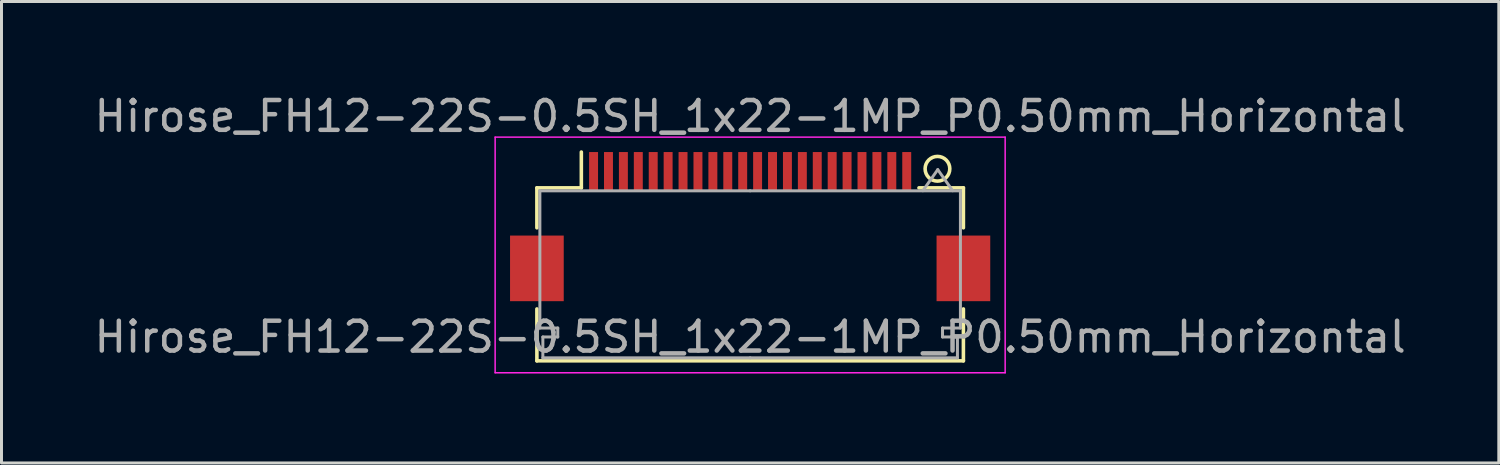
<source format=kicad_pcb>
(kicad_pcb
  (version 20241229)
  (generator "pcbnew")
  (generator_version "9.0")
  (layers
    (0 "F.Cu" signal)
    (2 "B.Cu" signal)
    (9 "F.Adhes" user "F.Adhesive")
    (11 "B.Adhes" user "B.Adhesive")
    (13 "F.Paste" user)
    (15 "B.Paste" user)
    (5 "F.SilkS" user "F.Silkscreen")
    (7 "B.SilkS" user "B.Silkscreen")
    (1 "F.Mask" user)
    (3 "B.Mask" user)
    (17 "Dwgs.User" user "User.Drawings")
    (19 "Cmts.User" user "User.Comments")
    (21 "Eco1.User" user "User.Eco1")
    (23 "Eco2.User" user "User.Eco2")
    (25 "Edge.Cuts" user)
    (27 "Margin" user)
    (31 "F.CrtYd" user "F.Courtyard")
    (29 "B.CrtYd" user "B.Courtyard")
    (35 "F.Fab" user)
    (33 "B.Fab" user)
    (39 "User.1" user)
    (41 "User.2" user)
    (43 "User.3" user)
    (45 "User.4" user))
  (footprint "Hirose_FH12-22S-0.5SH_1x22-1MP_P0.50mm_Horizontal"
    (layer "F.Cu")
    (at 22.101 4.548)
    (property "Reference" "Hirose_FH12-22S-0.5SH_1x22-1MP_P0.50mm_Horizontal" (at 0 -3.7 180) (layer "F.Fab") (effects (font (size 1 1) (thickness 0.15))))
    (attr smd)
    (fp_line (start -7.15 -1.3) (end -7.15 0.04) (stroke (width 0.12) (type solid)) (layer "F.SilkS"))
    (fp_line (start -7.15 2.76) (end -7.15 4.5) (stroke (width 0.12) (type solid)) (layer "F.SilkS"))
    (fp_line (start -7.15 4.5) (end 7.15 4.5) (stroke (width 0.12) (type solid)) (layer "F.SilkS"))
    (fp_line (start -5.66 -1.3) (end -7.15 -1.3) (stroke (width 0.12) (type solid)) (layer "F.SilkS"))
    (fp_line (start -5.66 -1.3) (end -5.66 -2.5) (stroke (width 0.12) (type solid)) (layer "F.SilkS"))
    (fp_line (start 5.66 -1.3) (end 7.15 -1.3) (stroke (width 0.12) (type solid)) (layer "F.SilkS"))
    (fp_line (start 7.15 -1.3) (end 7.15 0.04) (stroke (width 0.12) (type solid)) (layer "F.SilkS"))
    (fp_line (start 7.15 4.5) (end 7.15 2.76) (stroke (width 0.12) (type solid)) (layer "F.SilkS"))
    (fp_circle (center 6.28 -1.94) (end 6.61 -1.69) (stroke (width 0.12) (type solid)) (fill no) (layer "F.SilkS"))
    (fp_line (start -8.55 -3) (end -8.55 4.9) (stroke (width 0.05) (type solid)) (layer "F.CrtYd"))
    (fp_line (start -8.55 4.9) (end 8.55 4.9) (stroke (width 0.05) (type solid)) (layer "F.CrtYd"))
    (fp_line (start 8.55 -3) (end -8.55 -3) (stroke (width 0.05) (type solid)) (layer "F.CrtYd"))
    (fp_line (start 8.55 4.9) (end 8.55 -3) (stroke (width 0.05) (type solid)) (layer "F.CrtYd"))
    (fp_line (start -7.05 -1.2) (end -7.05 3.4) (stroke (width 0.1) (type solid)) (layer "F.Fab"))
    (fp_line (start -7.05 3.4) (end -6.45 3.4) (stroke (width 0.1) (type solid)) (layer "F.Fab"))
    (fp_line (start -6.95 3.7) (end -6.95 4.4) (stroke (width 0.1) (type solid)) (layer "F.Fab"))
    (fp_line (start -6.95 4.4) (end 0 4.4) (stroke (width 0.1) (type solid)) (layer "F.Fab"))
    (fp_line (start -6.45 3.4) (end -6.45 3.7) (stroke (width 0.1) (type solid)) (layer "F.Fab"))
    (fp_line (start -6.45 3.7) (end -6.95 3.7) (stroke (width 0.1) (type solid)) (layer "F.Fab"))
    (fp_line (start 0 -1.2) (end -7.05 -1.2) (stroke (width 0.1) (type solid)) (layer "F.Fab"))
    (fp_line (start 0 -1.2) (end 7.05 -1.2) (stroke (width 0.1) (type solid)) (layer "F.Fab"))
    (fp_line (start 6.29 -1.91) (end 5.79 -1.203) (stroke (width 0.1) (type solid)) (layer "F.Fab"))
    (fp_line (start 6.45 3.4) (end 6.45 3.7) (stroke (width 0.1) (type solid)) (layer "F.Fab"))
    (fp_line (start 6.45 3.7) (end 6.95 3.7) (stroke (width 0.1) (type solid)) (layer "F.Fab"))
    (fp_line (start 6.79 -1.203) (end 6.29 -1.91) (stroke (width 0.1) (type solid)) (layer "F.Fab"))
    (fp_line (start 6.95 3.7) (end 6.95 4.4) (stroke (width 0.1) (type solid)) (layer "F.Fab"))
    (fp_line (start 6.95 4.4) (end 0 4.4) (stroke (width 0.1) (type solid)) (layer "F.Fab"))
    (fp_line (start 7.05 -1.2) (end 7.05 3.4) (stroke (width 0.1) (type solid)) (layer "F.Fab"))
    (fp_line (start 7.05 3.4) (end 6.45 3.4) (stroke (width 0.1) (type solid)) (layer "F.Fab"))
    (fp_text user "${REFERENCE}" (at 0 3.7 180) (layer "F.Fab") (effects (font (size 1 1) (thickness 0.15))))
    (pad "1" smd rect (at 5.25 -1.85) (size 0.3 1.3) (layers "F.Cu" "F.Mask" "F.Paste"))
    (pad "2" smd rect (at 4.75 -1.85) (size 0.3 1.3) (layers "F.Cu" "F.Mask" "F.Paste"))
    (pad "3" smd rect (at 4.25 -1.85) (size 0.3 1.3) (layers "F.Cu" "F.Mask" "F.Paste"))
    (pad "4" smd rect (at 3.75 -1.85) (size 0.3 1.3) (layers "F.Cu" "F.Mask" "F.Paste"))
    (pad "5" smd rect (at 3.25 -1.85) (size 0.3 1.3) (layers "F.Cu" "F.Mask" "F.Paste"))
    (pad "6" smd rect (at 2.75 -1.85) (size 0.3 1.3) (layers "F.Cu" "F.Mask" "F.Paste"))
    (pad "7" smd rect (at 2.25 -1.85) (size 0.3 1.3) (layers "F.Cu" "F.Mask" "F.Paste"))
    (pad "8" smd rect (at 1.75 -1.85) (size 0.3 1.3) (layers "F.Cu" "F.Mask" "F.Paste"))
    (pad "9" smd rect (at 1.25 -1.85) (size 0.3 1.3) (layers "F.Cu" "F.Mask" "F.Paste"))
    (pad "10" smd rect (at 0.75 -1.85) (size 0.3 1.3) (layers "F.Cu" "F.Mask" "F.Paste"))
    (pad "11" smd rect (at 0.25 -1.85) (size 0.3 1.3) (layers "F.Cu" "F.Mask" "F.Paste"))
    (pad "12" smd rect (at -0.25 -1.85) (size 0.3 1.3) (layers "F.Cu" "F.Mask" "F.Paste"))
    (pad "13" smd rect (at -0.75 -1.85) (size 0.3 1.3) (layers "F.Cu" "F.Mask" "F.Paste"))
    (pad "14" smd rect (at -1.25 -1.85) (size 0.3 1.3) (layers "F.Cu" "F.Mask" "F.Paste"))
    (pad "15" smd rect (at -1.75 -1.85) (size 0.3 1.3) (layers "F.Cu" "F.Mask" "F.Paste"))
    (pad "16" smd rect (at -2.25 -1.85) (size 0.3 1.3) (layers "F.Cu" "F.Mask" "F.Paste"))
    (pad "17" smd rect (at -2.75 -1.85) (size 0.3 1.3) (layers "F.Cu" "F.Mask" "F.Paste"))
    (pad "18" smd rect (at -3.25 -1.85) (size 0.3 1.3) (layers "F.Cu" "F.Mask" "F.Paste"))
    (pad "19" smd rect (at -3.75 -1.85) (size 0.3 1.3) (layers "F.Cu" "F.Mask" "F.Paste"))
    (pad "20" smd rect (at -4.25 -1.85) (size 0.3 1.3) (layers "F.Cu" "F.Mask" "F.Paste"))
    (pad "21" smd rect (at -4.75 -1.85) (size 0.3 1.3) (layers "F.Cu" "F.Mask" "F.Paste"))
    (pad "22" smd rect (at -5.25 -1.85) (size 0.3 1.3) (layers "F.Cu" "F.Mask" "F.Paste"))
    (pad "MP" smd rect (at -7.15 1.4) (size 1.8 2.2) (layers "F.Cu" "F.Mask" "F.Paste"))
    (pad "MP" smd rect (at 7.15 1.4) (size 1.8 2.2) (layers "F.Cu" "F.Mask" "F.Paste")))
  (gr_rect
    (start -3 -3)
    (end 47.202 12.473)
    (stroke (width 0.1) (type default))
    (fill no)
    (layer "Edge.Cuts")))
</source>
